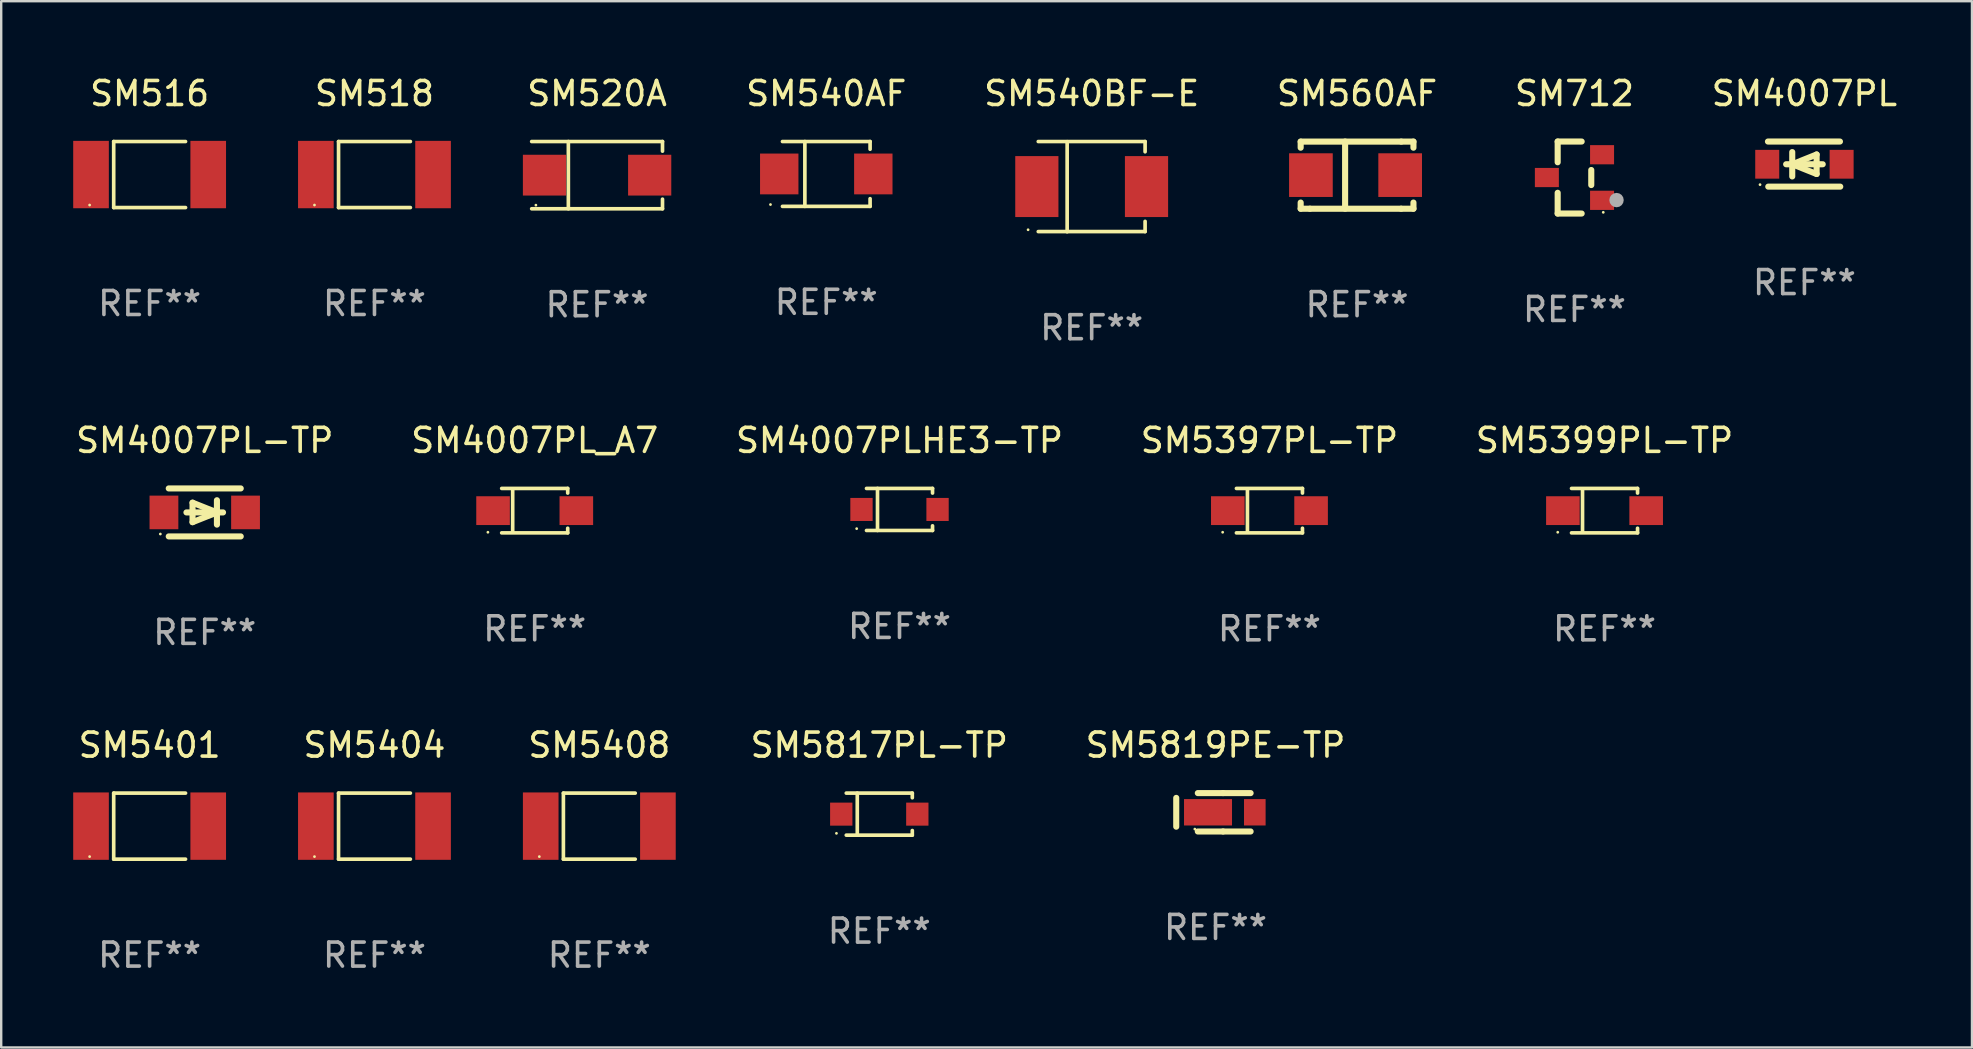
<source format=kicad_pcb>
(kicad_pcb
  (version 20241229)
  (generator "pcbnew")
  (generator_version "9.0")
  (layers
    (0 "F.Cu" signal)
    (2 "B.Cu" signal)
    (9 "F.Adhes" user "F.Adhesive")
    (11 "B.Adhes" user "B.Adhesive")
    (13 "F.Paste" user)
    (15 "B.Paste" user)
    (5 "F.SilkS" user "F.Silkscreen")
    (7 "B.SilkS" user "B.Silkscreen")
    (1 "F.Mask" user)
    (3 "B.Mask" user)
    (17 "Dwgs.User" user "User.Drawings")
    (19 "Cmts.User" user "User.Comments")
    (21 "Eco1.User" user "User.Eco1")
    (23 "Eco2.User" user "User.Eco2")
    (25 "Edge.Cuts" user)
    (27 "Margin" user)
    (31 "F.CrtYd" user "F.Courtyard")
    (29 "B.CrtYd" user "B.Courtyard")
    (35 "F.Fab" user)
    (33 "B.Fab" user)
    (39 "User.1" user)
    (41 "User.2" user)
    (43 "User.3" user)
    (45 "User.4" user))
  (footprint "SM5819PE-TP"
    (layer "F.Cu")
    (at 47.604 30.8)
    (property "Reference" "SM5819PE-TP" (at 0 -2.8 0) (layer "F.SilkS") (effects (font (size 1 1) (thickness 0.15))))
    (attr through_hole)
    (fp_line (start -1.637 -0.6) (end -1.637 0.6) (stroke (width 0.254) (type solid)) (layer "F.SilkS"))
    (fp_line (start -0.738 -0.8) (end 0.314 -0.8) (stroke (width 0.254) (type solid)) (layer "F.SilkS"))
    (fp_line (start -0.738 0.8) (end 0.314 0.8) (stroke (width 0.254) (type solid)) (layer "F.SilkS"))
    (fp_line (start 0.314 0.8) (end 1.462 0.8) (stroke (width 0.254) (type solid)) (layer "F.SilkS"))
    (fp_line (start 0.314 -0.8) (end 1.462 -0.8) (stroke (width 0.254) (type solid)) (layer "F.SilkS"))
    (fp_circle (center -0.862 0.7) (end -0.832 0.7) (stroke (width 0.06) (type solid)) (fill no) (layer "F.SilkS"))
    (fp_text user "REF**" (at 0 4.8 0) (layer "F.Fab") (effects (font (size 1 1) (thickness 0.15))))
    (pad "1" smd rect (at -0.313 -0.000064) (size 2 1.1) (layers "F.Cu" "F.Mask" "F.Paste"))
    (pad "2" smd rect (at 1.637 -0.000064) (size 0.9 1.1) (layers "F.Cu" "F.Mask" "F.Paste")))
  (footprint "SM518"
    (layer "F.Cu")
    (at 12.555 4.224)
    (property "Reference" "SM518" (at 0 -3.376 0) (layer "F.SilkS") (effects (font (size 1 1) (thickness 0.15))))
    (attr through_hole)
    (fp_line (start -1.497 -1.376) (end -1.497 1.376) (stroke (width 0.152) (type solid)) (layer "F.SilkS"))
    (fp_line (start -1.497 -1.376) (end 1.497 -1.376) (stroke (width 0.152) (type solid)) (layer "F.SilkS"))
    (fp_line (start -1.497 1.376) (end 1.497 1.376) (stroke (width 0.152) (type solid)) (layer "F.SilkS"))
    (fp_circle (center -2.5 1.27) (end -2.47 1.27) (stroke (width 0.06) (type solid)) (fill no) (layer "F.SilkS"))
    (fp_text user "REF**" (at 0 5.376 0) (layer "F.Fab") (effects (font (size 1 1) (thickness 0.15))))
    (pad "1" smd rect (at -2.442 0 180) (size 1.485 2.808) (layers "F.Cu" "F.Mask" "F.Paste"))
    (pad "2" smd rect (at 2.442 0 180) (size 1.485 2.808) (layers "F.Cu" "F.Mask" "F.Paste")))
  (footprint "SM5401"
    (layer "F.Cu")
    (at 3.185 31.377)
    (property "Reference" "SM5401" (at 0 -3.376 0) (layer "F.SilkS") (effects (font (size 1 1) (thickness 0.15))))
    (attr through_hole)
    (fp_line (start -1.497 -1.376) (end -1.497 1.376) (stroke (width 0.152) (type solid)) (layer "F.SilkS"))
    (fp_line (start -1.497 -1.376) (end 1.497 -1.376) (stroke (width 0.152) (type solid)) (layer "F.SilkS"))
    (fp_line (start -1.497 1.376) (end 1.497 1.376) (stroke (width 0.152) (type solid)) (layer "F.SilkS"))
    (fp_circle (center -2.5 1.27) (end -2.47 1.27) (stroke (width 0.06) (type solid)) (fill no) (layer "F.SilkS"))
    (fp_text user "REF**" (at 0 5.376 0) (layer "F.Fab") (effects (font (size 1 1) (thickness 0.15))))
    (pad "1" smd rect (at -2.442 0 180) (size 1.485 2.808) (layers "F.Cu" "F.Mask" "F.Paste"))
    (pad "2" smd rect (at 2.442 0 180) (size 1.485 2.808) (layers "F.Cu" "F.Mask" "F.Paste")))
  (footprint "SM5397PL-TP"
    (layer "F.Cu")
    (at 49.851 18.23)
    (property "Reference" "SM5397PL-TP" (at 0 -2.926 0) (layer "F.SilkS") (effects (font (size 1 1) (thickness 0.15))))
    (attr through_hole)
    (fp_line (start -1.376 -0.926) (end 1.376 -0.926) (stroke (width 0.152) (type solid)) (layer "F.SilkS"))
    (fp_line (start -1.376 0.926) (end 1.376 0.926) (stroke (width 0.152) (type solid)) (layer "F.SilkS"))
    (fp_line (start -0.917 -0.876) (end -0.917 0.876) (stroke (width 0.152) (type solid)) (layer "F.SilkS"))
    (fp_line (start 1.376 -0.926) (end 1.376 -0.733) (stroke (width 0.152) (type solid)) (layer "F.SilkS"))
    (fp_line (start 1.376 0.926) (end 1.376 0.733) (stroke (width 0.152) (type solid)) (layer "F.SilkS"))
    (fp_circle (center -1.95 0.9) (end -1.92 0.9) (stroke (width 0.06) (type solid)) (fill no) (layer "F.SilkS"))
    (fp_text user "REF**" (at 0 4.926 0) (layer "F.Fab") (effects (font (size 1 1) (thickness 0.15))))
    (pad "1" smd rect (at -1.735 0) (size 1.4 1.2) (layers "F.Cu" "F.Mask" "F.Paste"))
    (pad "2" smd rect (at 1.735 0) (size 1.4 1.2) (layers "F.Cu" "F.Mask" "F.Paste")))
  (footprint "SM4007PL_A7"
    (layer "F.Cu")
    (at 19.232 18.23)
    (property "Reference" "SM4007PL_A7" (at 0 -2.926 0) (layer "F.SilkS") (effects (font (size 1 1) (thickness 0.15))))
    (attr through_hole)
    (fp_line (start -1.376 -0.926) (end 1.376 -0.926) (stroke (width 0.152) (type solid)) (layer "F.SilkS"))
    (fp_line (start -1.376 0.926) (end 1.376 0.926) (stroke (width 0.152) (type solid)) (layer "F.SilkS"))
    (fp_line (start -0.917 -0.876) (end -0.917 0.876) (stroke (width 0.152) (type solid)) (layer "F.SilkS"))
    (fp_line (start 1.376 -0.926) (end 1.376 -0.733) (stroke (width 0.152) (type solid)) (layer "F.SilkS"))
    (fp_line (start 1.376 0.926) (end 1.376 0.733) (stroke (width 0.152) (type solid)) (layer "F.SilkS"))
    (fp_circle (center -1.95 0.9) (end -1.92 0.9) (stroke (width 0.06) (type solid)) (fill no) (layer "F.SilkS"))
    (fp_text user "REF**" (at 0 4.926 0) (layer "F.Fab") (effects (font (size 1 1) (thickness 0.15))))
    (pad "1" smd rect (at -1.735 0) (size 1.4 1.2) (layers "F.Cu" "F.Mask" "F.Paste"))
    (pad "2" smd rect (at 1.735 0) (size 1.4 1.2) (layers "F.Cu" "F.Mask" "F.Paste")))
  (footprint "SM560AF"
    (layer "F.Cu")
    (at 53.502 4.248)
    (property "Reference" "SM560AF" (at 0 -3.4 0) (layer "F.SilkS") (effects (font (size 1 1) (thickness 0.15))))
    (attr through_hole)
    (fp_line (start -2.35 -1.397) (end -2.35 -1.143) (stroke (width 0.254) (type solid)) (layer "F.SilkS"))
    (fp_line (start -2.35 1.4) (end -2.35 1.143) (stroke (width 0.254) (type solid)) (layer "F.SilkS"))
    (fp_line (start -1.964 1.4) (end -2.35 1.4) (stroke (width 0.254) (type solid)) (layer "F.SilkS"))
    (fp_line (start -1.964 1.4) (end 1.837 1.4) (stroke (width 0.254) (type solid)) (layer "F.SilkS"))
    (fp_line (start -0.498 -1.4) (end -0.498 1.4) (stroke (width 0.254) (type solid)) (layer "F.SilkS"))
    (fp_line (start 1.837 1.4) (end 2.35 1.4) (stroke (width 0.254) (type solid)) (layer "F.SilkS"))
    (fp_line (start 1.842 -1.397) (end -2.35 -1.397) (stroke (width 0.254) (type solid)) (layer "F.SilkS"))
    (fp_line (start 1.842 -1.397) (end 2.35 -1.397) (stroke (width 0.254) (type solid)) (layer "F.SilkS"))
    (fp_line (start 2.35 -1.397) (end 2.35 -1.143) (stroke (width 0.254) (type solid)) (layer "F.SilkS"))
    (fp_line (start 2.35 1.4) (end 2.35 1.143) (stroke (width 0.254) (type solid)) (layer "F.SilkS"))
    (fp_circle (center -2.355 1.25) (end -2.325 1.25) (stroke (width 0.06) (type solid)) (fill no) (layer "F.SilkS"))
    (fp_text user "REF**" (at 0 5.4 0) (layer "F.Fab") (effects (font (size 1 1) (thickness 0.15))))
    (pad "1" smd rect (at -1.923 -0.000076) (size 1.82 1.82) (layers "F.Cu" "F.Mask" "F.Paste"))
    (pad "2" smd rect (at 1.796 -0.000076) (size 1.82 1.82) (layers "F.Cu" "F.Mask" "F.Paste")))
  (footprint "SM516"
    (layer "F.Cu")
    (at 3.185 4.224)
    (property "Reference" "SM516" (at 0 -3.376 0) (layer "F.SilkS") (effects (font (size 1 1) (thickness 0.15))))
    (attr through_hole)
    (fp_line (start -1.497 -1.376) (end -1.497 1.376) (stroke (width 0.152) (type solid)) (layer "F.SilkS"))
    (fp_line (start -1.497 -1.376) (end 1.497 -1.376) (stroke (width 0.152) (type solid)) (layer "F.SilkS"))
    (fp_line (start -1.497 1.376) (end 1.497 1.376) (stroke (width 0.152) (type solid)) (layer "F.SilkS"))
    (fp_circle (center -2.5 1.27) (end -2.47 1.27) (stroke (width 0.06) (type solid)) (fill no) (layer "F.SilkS"))
    (fp_text user "REF**" (at 0 5.376 0) (layer "F.Fab") (effects (font (size 1 1) (thickness 0.15))))
    (pad "1" smd rect (at -2.442 0 180) (size 1.485 2.808) (layers "F.Cu" "F.Mask" "F.Paste"))
    (pad "2" smd rect (at 2.442 0 180) (size 1.485 2.808) (layers "F.Cu" "F.Mask" "F.Paste")))
  (footprint "SM5399PL-TP"
    (layer "F.Cu")
    (at 63.815 18.23)
    (property "Reference" "SM5399PL-TP" (at 0 -2.926 0) (layer "F.SilkS") (effects (font (size 1 1) (thickness 0.15))))
    (attr through_hole)
    (fp_line (start -1.376 -0.926) (end 1.376 -0.926) (stroke (width 0.152) (type solid)) (layer "F.SilkS"))
    (fp_line (start -1.376 0.926) (end 1.376 0.926) (stroke (width 0.152) (type solid)) (layer "F.SilkS"))
    (fp_line (start -0.917 -0.876) (end -0.917 0.876) (stroke (width 0.152) (type solid)) (layer "F.SilkS"))
    (fp_line (start 1.376 -0.926) (end 1.376 -0.733) (stroke (width 0.152) (type solid)) (layer "F.SilkS"))
    (fp_line (start 1.376 0.926) (end 1.376 0.733) (stroke (width 0.152) (type solid)) (layer "F.SilkS"))
    (fp_circle (center -1.95 0.9) (end -1.92 0.9) (stroke (width 0.06) (type solid)) (fill no) (layer "F.SilkS"))
    (fp_text user "REF**" (at 0 4.926 0) (layer "F.Fab") (effects (font (size 1 1) (thickness 0.15))))
    (pad "1" smd rect (at -1.735 0) (size 1.4 1.2) (layers "F.Cu" "F.Mask" "F.Paste"))
    (pad "2" smd rect (at 1.735 0) (size 1.4 1.2) (layers "F.Cu" "F.Mask" "F.Paste")))
  (footprint "SM5817PL-TP"
    (layer "F.Cu")
    (at 33.592 30.877)
    (property "Reference" "SM5817PL-TP" (at 0 -2.876 0) (layer "F.SilkS") (effects (font (size 1 1) (thickness 0.15))))
    (attr through_hole)
    (fp_line (start -1.376 -0.876) (end 1.376 -0.876) (stroke (width 0.152) (type solid)) (layer "F.SilkS"))
    (fp_line (start -1.376 0.876) (end 1.376 0.876) (stroke (width 0.152) (type solid)) (layer "F.SilkS"))
    (fp_line (start -0.917 -0.876) (end -0.917 0.876) (stroke (width 0.152) (type solid)) (layer "F.SilkS"))
    (fp_line (start 1.376 -0.876) (end 1.376 -0.683) (stroke (width 0.152) (type solid)) (layer "F.SilkS"))
    (fp_line (start 1.376 0.876) (end 1.376 0.683) (stroke (width 0.152) (type solid)) (layer "F.SilkS"))
    (fp_circle (center -1.785 0.8) (end -1.755 0.8) (stroke (width 0.06) (type solid)) (fill no) (layer "F.SilkS"))
    (fp_text user "REF**" (at 0 4.876 0) (layer "F.Fab") (effects (font (size 1 1) (thickness 0.15))))
    (pad "1" smd rect (at -1.585 0 180) (size 0.93 0.96) (layers "F.Cu" "F.Mask" "F.Paste"))
    (pad "2" smd rect (at 1.585 0 180) (size 0.93 0.96) (layers "F.Cu" "F.Mask" "F.Paste")))
  (footprint "SM520A"
    (layer "F.Cu")
    (at 21.832 4.249)
    (property "Reference" "SM520A" (at 0 -3.401 0) (layer "F.SilkS") (effects (font (size 1 1) (thickness 0.15))))
    (attr through_hole)
    (fp_line (start -2.726 -1.401) (end 2.726 -1.401) (stroke (width 0.152) (type solid)) (layer "F.SilkS"))
    (fp_line (start -2.726 1.401) (end 2.726 1.401) (stroke (width 0.152) (type solid)) (layer "F.SilkS"))
    (fp_line (start -1.197 -1.401) (end -1.197 1.401) (stroke (width 0.152) (type solid)) (layer "F.SilkS"))
    (fp_line (start 2.726 -1.401) (end 2.726 -1) (stroke (width 0.152) (type solid)) (layer "F.SilkS"))
    (fp_line (start 2.726 1.401) (end 2.726 1) (stroke (width 0.152) (type solid)) (layer "F.SilkS"))
    (fp_circle (center -2.55 1.25) (end -2.52 1.25) (stroke (width 0.06) (type solid)) (fill no) (layer "F.SilkS"))
    (fp_text user "REF**" (at 0 5.401 0) (layer "F.Fab") (effects (font (size 1 1) (thickness 0.15))))
    (pad "1" smd rect (at -2.192 0) (size 1.8 1.7) (layers "F.Cu" "F.Mask" "F.Paste"))
    (pad "2" smd rect (at 2.192 0) (size 1.8 1.7) (layers "F.Cu" "F.Mask" "F.Paste")))
  (footprint "SM4007PL"
    (layer "F.Cu")
    (at 72.145 3.788)
    (property "Reference" "SM4007PL" (at 0 -2.94 0) (layer "F.SilkS") (effects (font (size 1 1) (thickness 0.15))))
    (attr through_hole)
    (fp_line (start -1.52 -0.94) (end 1.48 -0.94) (stroke (width 0.254) (type solid)) (layer "F.SilkS"))
    (fp_line (start -1.507 0.94) (end 1.493 0.94) (stroke (width 0.254) (type solid)) (layer "F.SilkS"))
    (fp_line (start -0.762 0.007) (end 0.762 0.007) (stroke (width 0.254) (type solid)) (layer "F.SilkS"))
    (fp_line (start -0.508 -0.501) (end -0.508 0.515) (stroke (width 0.254) (type solid)) (layer "F.SilkS"))
    (fp_line (start -0.508 0.007) (end 0.508 -0.4) (stroke (width 0.254) (type solid)) (layer "F.SilkS"))
    (fp_line (start 0.508 -0.4) (end 0.508 0.413) (stroke (width 0.254) (type solid)) (layer "F.SilkS"))
    (fp_line (start 0.508 0.413) (end -0.508 0.007) (stroke (width 0.254) (type solid)) (layer "F.SilkS"))
    (fp_circle (center -1.85 0.857) (end -1.82 0.857) (stroke (width 0.06) (type solid)) (fill no) (layer "F.SilkS"))
    (fp_text user "REF**" (at 0 4.94 0) (layer "F.Fab") (effects (font (size 1 1) (thickness 0.15))))
    (pad "1" smd rect (at -1.55 0.007) (size 1 1.2) (layers "F.Cu" "F.Mask" "F.Paste"))
    (pad "2" smd rect (at 1.55 0.007) (size 1 1.2) (layers "F.Cu" "F.Mask" "F.Paste")))
  (footprint "SM540AF"
    (layer "F.Cu")
    (at 31.383 4.199)
    (property "Reference" "SM540AF" (at 0 -3.351 0) (layer "F.SilkS") (effects (font (size 1 1) (thickness 0.15))))
    (attr through_hole)
    (fp_line (start -1.826 -1.351) (end 1.826 -1.351) (stroke (width 0.152) (type solid)) (layer "F.SilkS"))
    (fp_line (start -1.826 1.351) (end 1.826 1.351) (stroke (width 0.152) (type solid)) (layer "F.SilkS"))
    (fp_line (start -0.892 -1.351) (end -0.892 1.351) (stroke (width 0.152) (type solid)) (layer "F.SilkS"))
    (fp_line (start 1.826 -1.351) (end 1.826 -1.03) (stroke (width 0.152) (type solid)) (layer "F.SilkS"))
    (fp_line (start 1.826 1.03) (end 1.826 1.351) (stroke (width 0.152) (type solid)) (layer "F.SilkS"))
    (fp_circle (center -2.325 1.275) (end -2.295 1.275) (stroke (width 0.06) (type solid)) (fill no) (layer "F.SilkS"))
    (fp_text user "REF**" (at 0 5.351 0) (layer "F.Fab") (effects (font (size 1 1) (thickness 0.15))))
    (pad "1" smd rect (at -1.96 0 180) (size 1.6 1.7) (layers "F.Cu" "F.Mask" "F.Paste"))
    (pad "2" smd rect (at 1.96 0 180) (size 1.6 1.7) (layers "F.Cu" "F.Mask" "F.Paste")))
  (footprint "SM712"
    (layer "F.Cu")
    (at 62.562 4.348)
    (property "Reference" "SM712" (at 0 -3.5 0) (layer "F.SilkS") (effects (font (size 1 1) (thickness 0.15))))
    (attr through_hole)
    (fp_line (start -0.7 -1.5) (end 0.3 -1.5) (stroke (width 0.254) (type solid)) (layer "F.SilkS"))
    (fp_line (start -0.7 -0.636) (end -0.7 -1.5) (stroke (width 0.254) (type solid)) (layer "F.SilkS"))
    (fp_line (start -0.7 1.5) (end -0.7 0.636) (stroke (width 0.254) (type solid)) (layer "F.SilkS"))
    (fp_line (start -0.7 1.5) (end 0.3 1.5) (stroke (width 0.254) (type solid)) (layer "F.SilkS"))
    (fp_line (start 0.7 0.314) (end 0.7 -0.314) (stroke (width 0.254) (type solid)) (layer "F.SilkS"))
    (fp_circle (center 1.2 1.45) (end 1.23 1.45) (stroke (width 0.06) (type solid)) (fill no) (layer "F.SilkS"))
    (fp_circle (center 1.753 0.94) (end 1.903 0.94) (stroke (width 0.3) (type solid)) (fill no) (layer "F.Fab"))
    (fp_text user "REF**" (at 0 5.5 0) (layer "F.Fab") (effects (font (size 1 1) (thickness 0.15))))
    (pad "1" smd rect (at 1.15 0.95 180) (size 1 0.8) (layers "F.Cu" "F.Mask" "F.Paste"))
    (pad "2" smd rect (at 1.15 -0.95 180) (size 1 0.8) (layers "F.Cu" "F.Mask" "F.Paste"))
    (pad "3" smd rect (at -1.15 -0.000051 180) (size 1 0.8) (layers "F.Cu" "F.Mask" "F.Paste")))
  (footprint "SM5404"
    (layer "F.Cu")
    (at 12.555 31.377)
    (property "Reference" "SM5404" (at 0 -3.376 0) (layer "F.SilkS") (effects (font (size 1 1) (thickness 0.15))))
    (attr through_hole)
    (fp_line (start -1.497 -1.376) (end -1.497 1.376) (stroke (width 0.152) (type solid)) (layer "F.SilkS"))
    (fp_line (start -1.497 -1.376) (end 1.497 -1.376) (stroke (width 0.152) (type solid)) (layer "F.SilkS"))
    (fp_line (start -1.497 1.376) (end 1.497 1.376) (stroke (width 0.152) (type solid)) (layer "F.SilkS"))
    (fp_circle (center -2.5 1.27) (end -2.47 1.27) (stroke (width 0.06) (type solid)) (fill no) (layer "F.SilkS"))
    (fp_text user "REF**" (at 0 5.376 0) (layer "F.Fab") (effects (font (size 1 1) (thickness 0.15))))
    (pad "1" smd rect (at -2.442 0 180) (size 1.485 2.808) (layers "F.Cu" "F.Mask" "F.Paste"))
    (pad "2" smd rect (at 2.442 0 180) (size 1.485 2.808) (layers "F.Cu" "F.Mask" "F.Paste")))
  (footprint "SM4007PLHE3-TP"
    (layer "F.Cu")
    (at 34.435 18.18)
    (property "Reference" "SM4007PLHE3-TP" (at 0 -2.876 0) (layer "F.SilkS") (effects (font (size 1 1) (thickness 0.15))))
    (attr through_hole)
    (fp_line (start -1.376 -0.876) (end 1.376 -0.876) (stroke (width 0.152) (type solid)) (layer "F.SilkS"))
    (fp_line (start -1.376 0.876) (end 1.376 0.876) (stroke (width 0.152) (type solid)) (layer "F.SilkS"))
    (fp_line (start -0.917 -0.876) (end -0.917 0.876) (stroke (width 0.152) (type solid)) (layer "F.SilkS"))
    (fp_line (start 1.376 -0.876) (end 1.376 -0.683) (stroke (width 0.152) (type solid)) (layer "F.SilkS"))
    (fp_line (start 1.376 0.876) (end 1.376 0.683) (stroke (width 0.152) (type solid)) (layer "F.SilkS"))
    (fp_circle (center -1.785 0.8) (end -1.755 0.8) (stroke (width 0.06) (type solid)) (fill no) (layer "F.SilkS"))
    (fp_text user "REF**" (at 0 4.876 0) (layer "F.Fab") (effects (font (size 1 1) (thickness 0.15))))
    (pad "1" smd rect (at -1.585 0 180) (size 0.93 0.96) (layers "F.Cu" "F.Mask" "F.Paste"))
    (pad "2" smd rect (at 1.585 0 180) (size 0.93 0.96) (layers "F.Cu" "F.Mask" "F.Paste")))
  (footprint "SM540BF-E"
    (layer "F.Cu")
    (at 42.443 4.728)
    (property "Reference" "SM540BF-E" (at 0 -3.88 0) (layer "F.SilkS") (effects (font (size 1 1) (thickness 0.15))))
    (attr through_hole)
    (fp_line (start -2.226 -1.88) (end 2.226 -1.88) (stroke (width 0.152) (type solid)) (layer "F.SilkS"))
    (fp_line (start -2.226 1.873) (end 2.226 1.873) (stroke (width 0.152) (type solid)) (layer "F.SilkS"))
    (fp_line (start -1.022 -1.873) (end -1.022 1.88) (stroke (width 0.152) (type solid)) (layer "F.SilkS"))
    (fp_line (start 2.226 -1.88) (end 2.226 -1.453) (stroke (width 0.152) (type solid)) (layer "F.SilkS"))
    (fp_line (start 2.226 1.447) (end 2.226 1.873) (stroke (width 0.152) (type solid)) (layer "F.SilkS"))
    (fp_circle (center -2.65 1.797) (end -2.62 1.797) (stroke (width 0.06) (type solid)) (fill no) (layer "F.SilkS"))
    (fp_text user "REF**" (at 0 5.88 0) (layer "F.Fab") (effects (font (size 1 1) (thickness 0.15))))
    (pad "1" smd rect (at -2.285 -0.003) (size 1.8 2.54) (layers "F.Cu" "F.Mask" "F.Paste"))
    (pad "2" smd rect (at 2.285 -0.003) (size 1.8 2.54) (layers "F.Cu" "F.Mask" "F.Paste")))
  (footprint "SM4007PL-TP"
    (layer "F.Cu")
    (at 5.482 18.304)
    (property "Reference" "SM4007PL-TP" (at 0 -3 0) (layer "F.SilkS") (effects (font (size 1 1) (thickness 0.15))))
    (attr through_hole)
    (fp_line (start -1.5 -1) (end 1.5 -1) (stroke (width 0.254) (type solid)) (layer "F.SilkS"))
    (fp_line (start -1.5 1) (end 1.5 1) (stroke (width 0.254) (type solid)) (layer "F.SilkS"))
    (fp_line (start -0.508 -0.406) (end 0.508 0) (stroke (width 0.254) (type solid)) (layer "F.SilkS"))
    (fp_line (start -0.508 0.406) (end -0.508 -0.406) (stroke (width 0.254) (type solid)) (layer "F.SilkS"))
    (fp_line (start 0.508 0) (end -0.508 0.406) (stroke (width 0.254) (type solid)) (layer "F.SilkS"))
    (fp_line (start 0.508 0.508) (end 0.508 -0.508) (stroke (width 0.254) (type solid)) (layer "F.SilkS"))
    (fp_line (start 0.762 0) (end -0.762 0) (stroke (width 0.254) (type solid)) (layer "F.SilkS"))
    (fp_circle (center -1.85 0.9) (end -1.82 0.9) (stroke (width 0.06) (type solid)) (fill no) (layer "F.SilkS"))
    (fp_text user "REF**" (at 0 5 0) (layer "F.Fab") (effects (font (size 1 1) (thickness 0.15))))
    (pad "1" smd rect (at -1.7 0) (size 1.2 1.4) (layers "F.Cu" "F.Mask" "F.Paste"))
    (pad "2" smd rect (at 1.7 0) (size 1.2 1.4) (layers "F.Cu" "F.Mask" "F.Paste")))
  (footprint "SM5408"
    (layer "F.Cu")
    (at 21.925 31.377)
    (property "Reference" "SM5408" (at 0 -3.376 0) (layer "F.SilkS") (effects (font (size 1 1) (thickness 0.15))))
    (attr through_hole)
    (fp_line (start -1.497 -1.376) (end -1.497 1.376) (stroke (width 0.152) (type solid)) (layer "F.SilkS"))
    (fp_line (start -1.497 -1.376) (end 1.497 -1.376) (stroke (width 0.152) (type solid)) (layer "F.SilkS"))
    (fp_line (start -1.497 1.376) (end 1.497 1.376) (stroke (width 0.152) (type solid)) (layer "F.SilkS"))
    (fp_circle (center -2.5 1.27) (end -2.47 1.27) (stroke (width 0.06) (type solid)) (fill no) (layer "F.SilkS"))
    (fp_text user "REF**" (at 0 5.376 0) (layer "F.Fab") (effects (font (size 1 1) (thickness 0.15))))
    (pad "1" smd rect (at -2.442 0 180) (size 1.485 2.808) (layers "F.Cu" "F.Mask" "F.Paste"))
    (pad "2" smd rect (at 2.442 0 180) (size 1.485 2.808) (layers "F.Cu" "F.Mask" "F.Paste")))
  (gr_rect
    (start -3 -3)
    (end 79.127 40.601)
    (stroke (width 0.1) (type default))
    (fill no)
    (layer "Edge.Cuts")))
</source>
